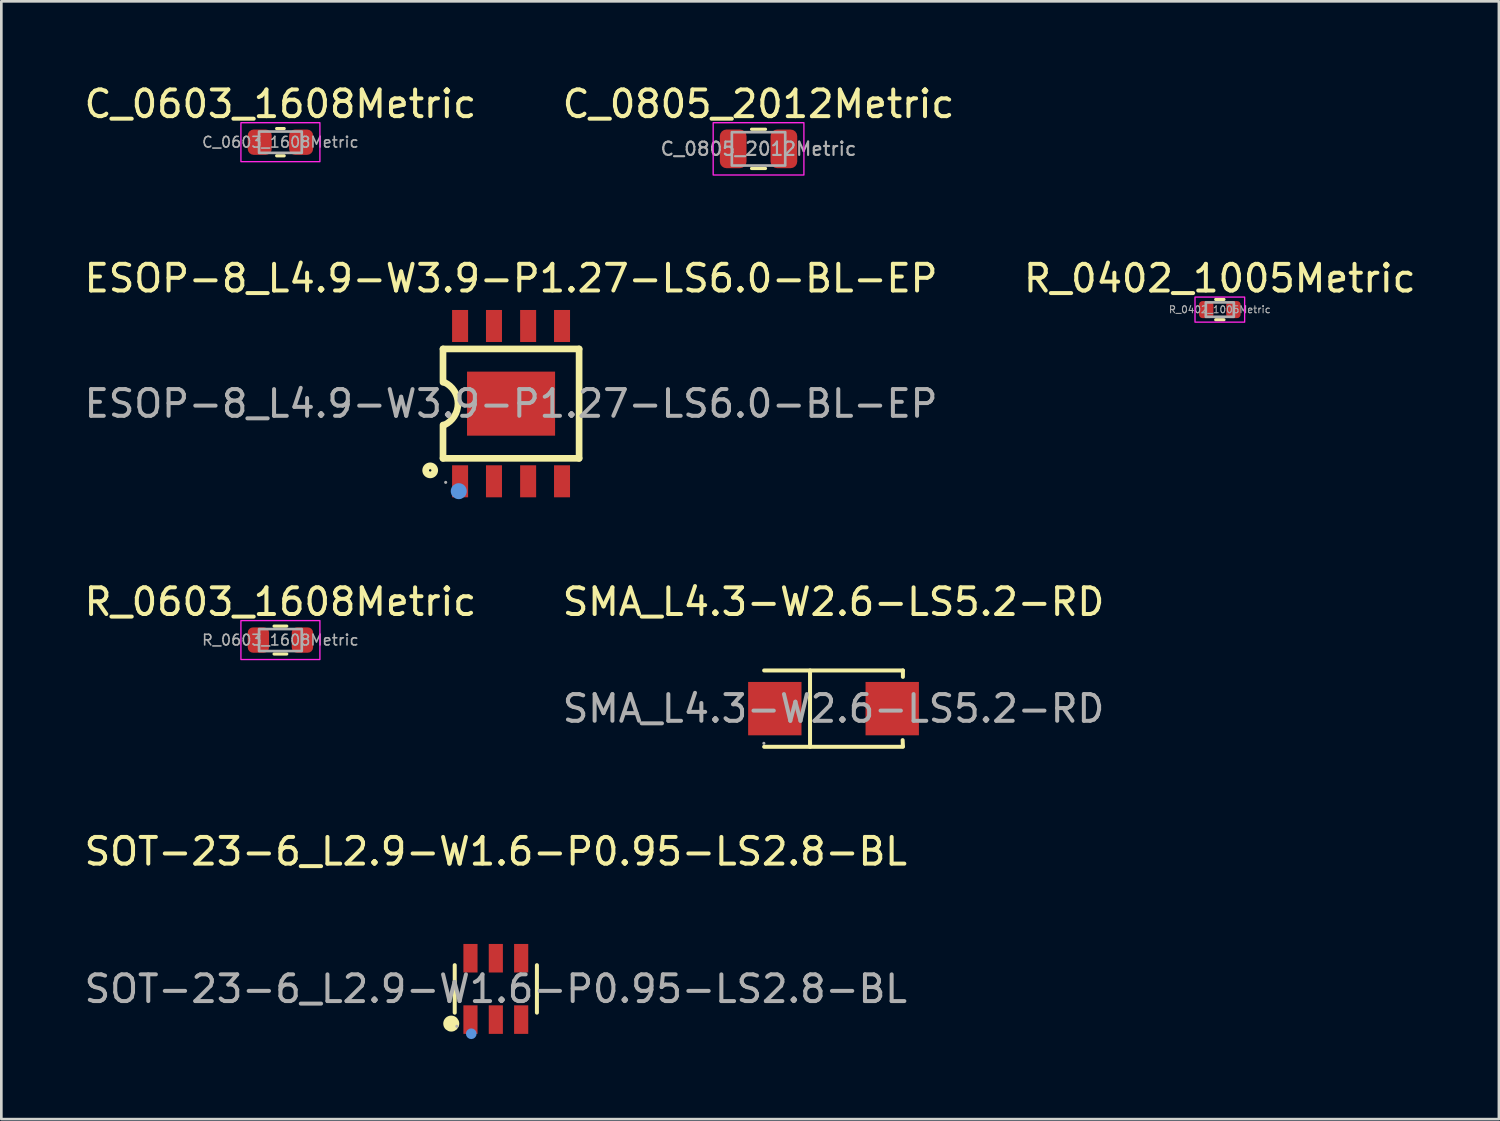
<source format=kicad_pcb>
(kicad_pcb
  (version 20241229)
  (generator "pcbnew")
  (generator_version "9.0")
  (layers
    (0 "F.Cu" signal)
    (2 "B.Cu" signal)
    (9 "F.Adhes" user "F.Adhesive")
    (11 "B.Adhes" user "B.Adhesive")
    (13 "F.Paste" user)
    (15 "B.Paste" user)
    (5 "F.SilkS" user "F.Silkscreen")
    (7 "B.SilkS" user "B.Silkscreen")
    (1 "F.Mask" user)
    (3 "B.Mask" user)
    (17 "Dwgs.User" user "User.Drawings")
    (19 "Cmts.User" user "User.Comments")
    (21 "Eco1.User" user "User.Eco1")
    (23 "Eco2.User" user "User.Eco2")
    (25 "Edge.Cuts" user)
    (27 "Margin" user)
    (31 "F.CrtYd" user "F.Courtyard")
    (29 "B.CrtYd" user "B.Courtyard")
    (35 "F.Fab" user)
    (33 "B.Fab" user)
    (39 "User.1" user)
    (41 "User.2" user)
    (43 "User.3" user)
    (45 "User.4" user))
  (footprint "ESOP-8_L4.9-W3.9-P1.27-LS6.0-BL-EP"
    (layer "F.Cu")
    (at 16.101 12.076)
    (property "Reference" "ESOP-8_L4.9-W3.9-P1.27-LS6.0-BL-EP" (at 0 -4.695 0) (layer "F.SilkS") (effects (font (size 1 1) (thickness 0.15))))
    (attr smd)
    (fp_line (start -2.55 -2.05) (end 2.55 -2.05) (stroke (width 0.25) (type solid)) (layer "F.SilkS"))
    (fp_line (start -2.55 -0.8) (end -2.55 -2.05) (stroke (width 0.25) (type solid)) (layer "F.SilkS"))
    (fp_line (start -2.55 0.8) (end -2.55 2.05) (stroke (width 0.25) (type solid)) (layer "F.SilkS"))
    (fp_line (start 2.55 -2.05) (end 2.55 2.05) (stroke (width 0.25) (type solid)) (layer "F.SilkS"))
    (fp_line (start 2.55 2.05) (end -2.55 2.05) (stroke (width 0.25) (type solid)) (layer "F.SilkS"))
    (fp_arc (start -2.505609 -0.80257) (mid -1.988586 -0.003085) (end -2.5 0.8) (stroke (width 0.25) (type solid)) (layer "F.SilkS"))
    (fp_circle (center -3.03 2.5) (end -2.86 2.5) (stroke (width 0.25) (type solid)) (fill no) (layer "F.SilkS"))
    (fp_circle (center -1.96 3.28) (end -1.81 3.28) (stroke (width 0.3) (type solid)) (fill no) (layer "Cmts.User"))
    (fp_circle (center -2.45 2.95) (end -2.42 2.95) (stroke (width 0.06) (type solid)) (fill no) (layer "F.Fab"))
    (fp_text user "${REFERENCE}" (at 0 0 0) (layer "F.Fab") (effects (font (size 1 1) (thickness 0.15))))
    (pad "1" smd rect (at -1.91 2.91) (size 0.6 1.2) (layers "F.Cu" "F.Mask" "F.Paste"))
    (pad "2" smd rect (at -0.64 2.91) (size 0.6 1.2) (layers "F.Cu" "F.Mask" "F.Paste"))
    (pad "3" smd rect (at 0.64 2.91) (size 0.6 1.2) (layers "F.Cu" "F.Mask" "F.Paste"))
    (pad "4" smd rect (at 1.91 2.91) (size 0.6 1.2) (layers "F.Cu" "F.Mask" "F.Paste"))
    (pad "5" smd rect (at 1.91 -2.91) (size 0.6 1.2) (layers "F.Cu" "F.Mask" "F.Paste"))
    (pad "6" smd rect (at 0.64 -2.91) (size 0.6 1.2) (layers "F.Cu" "F.Mask" "F.Paste"))
    (pad "7" smd rect (at -0.64 -2.91) (size 0.6 1.2) (layers "F.Cu" "F.Mask" "F.Paste"))
    (pad "8" smd rect (at -1.91 -2.91) (size 0.6 1.2) (layers "F.Cu" "F.Mask" "F.Paste"))
    (pad "9" smd rect (at 0 0 180) (size 3.3 2.4) (layers "F.Cu" "F.Mask" "F.Paste")))
  (footprint "R_0603_1608Metric"
    (layer "F.Cu")
    (at 7.458 20.935)
    (property "Reference" "R_0603_1608Metric" (at 0 -1.43 0) (layer "F.SilkS") (effects (font (size 1 1) (thickness 0.15))))
    (attr smd)
    (fp_line (start -0.237 -0.522) (end 0.237 -0.522) (stroke (width 0.12) (type solid)) (layer "F.SilkS"))
    (fp_line (start -0.237 0.522) (end 0.237 0.522) (stroke (width 0.12) (type solid)) (layer "F.SilkS"))
    (fp_rect (start -1.48 -0.73) (end 1.48 0.73) (stroke (width 0.05) (type solid)) (fill no) (layer "F.CrtYd"))
    (fp_rect (start -0.8 -0.412) (end 0.8 0.412) (stroke (width 0.1) (type solid)) (fill no) (layer "F.Fab"))
    (fp_text user "${REFERENCE}" (at 0 0 0) (layer "F.Fab") (effects (font (size 0.4 0.4) (thickness 0.06))))
    (pad "1" smd roundrect (at -0.825 0) (size 0.8 0.95) (layers "F.Cu" "F.Mask" "F.Paste") (roundrect_rratio 0.25))
    (pad "2" smd roundrect (at 0.825 0) (size 0.8 0.95) (layers "F.Cu" "F.Mask" "F.Paste") (roundrect_rratio 0.25)))
  (footprint "C_0603_1608Metric"
    (layer "F.Cu")
    (at 7.458 2.278)
    (property "Reference" "C_0603_1608Metric" (at 0 -1.43 0) (layer "F.SilkS") (effects (font (size 1 1) (thickness 0.15))))
    (attr smd)
    (fp_line (start -0.141 -0.51) (end 0.141 -0.51) (stroke (width 0.12) (type solid)) (layer "F.SilkS"))
    (fp_line (start -0.141 0.51) (end 0.141 0.51) (stroke (width 0.12) (type solid)) (layer "F.SilkS"))
    (fp_rect (start -1.48 -0.73) (end 1.48 0.73) (stroke (width 0.05) (type solid)) (fill no) (layer "F.CrtYd"))
    (fp_rect (start -0.8 -0.4) (end 0.8 0.4) (stroke (width 0.1) (type solid)) (fill no) (layer "F.Fab"))
    (fp_text user "${REFERENCE}" (at 0 0 0) (layer "F.Fab") (effects (font (size 0.4 0.4) (thickness 0.06))))
    (pad "1" smd roundrect (at -0.775 0) (size 0.9 0.95) (layers "F.Cu" "F.Mask" "F.Paste") (roundrect_rratio 0.25))
    (pad "2" smd roundrect (at 0.775 0) (size 0.9 0.95) (layers "F.Cu" "F.Mask" "F.Paste") (roundrect_rratio 0.25)))
  (footprint "SMA_L4.3-W2.6-LS5.2-RD"
    (layer "F.Cu")
    (at 28.185 23.505)
    (property "Reference" "SMA_L4.3-W2.6-LS5.2-RD" (at 0 -4 180) (layer "F.SilkS") (effects (font (size 1 1) (thickness 0.15))))
    (attr smd)
    (fp_line (start -2.6 -1.43) (end 2.6 -1.43) (stroke (width 0.15) (type solid)) (layer "F.SilkS"))
    (fp_line (start -2.6 1.43) (end 2.6 1.43) (stroke (width 0.15) (type solid)) (layer "F.SilkS"))
    (fp_line (start -0.88 -1.43) (end -0.88 1.43) (stroke (width 0.15) (type solid)) (layer "F.SilkS"))
    (fp_line (start 2.59 1.18) (end 2.6 1.41) (stroke (width 0.15) (type solid)) (layer "F.SilkS"))
    (fp_line (start 2.6 -1.43) (end 2.6 -1.19) (stroke (width 0.15) (type solid)) (layer "F.SilkS"))
    (fp_circle (center -2.61 1.3) (end -2.58 1.3) (stroke (width 0.06) (type solid)) (fill no) (layer "F.Fab"))
    (fp_text user "${REFERENCE}" (at 0 0 180) (layer "F.Fab") (effects (font (size 1 1) (thickness 0.15))))
    (pad "1" smd rect (at -2.2 0 180) (size 2 2) (layers "F.Cu" "F.Mask" "F.Paste"))
    (pad "2" smd rect (at 2.2 0 180) (size 2 2) (layers "F.Cu" "F.Mask" "F.Paste")))
  (footprint "R_0402_1005Metric"
    (layer "F.Cu")
    (at 42.661 8.552)
    (property "Reference" "R_0402_1005Metric" (at 0 -1.17 0) (layer "F.SilkS") (effects (font (size 1 1) (thickness 0.15))))
    (attr smd)
    (fp_line (start -0.154 -0.38) (end 0.154 -0.38) (stroke (width 0.12) (type solid)) (layer "F.SilkS"))
    (fp_line (start -0.154 0.38) (end 0.154 0.38) (stroke (width 0.12) (type solid)) (layer "F.SilkS"))
    (fp_rect (start -0.93 -0.47) (end 0.93 0.47) (stroke (width 0.05) (type solid)) (fill no) (layer "F.CrtYd"))
    (fp_rect (start -0.525 -0.27) (end 0.525 0.27) (stroke (width 0.1) (type solid)) (fill no) (layer "F.Fab"))
    (fp_text user "${REFERENCE}" (at 0 0 0) (layer "F.Fab") (effects (font (size 0.26 0.26) (thickness 0.04))))
    (pad "1" smd roundrect (at -0.51 0) (size 0.54 0.64) (layers "F.Cu" "F.Mask" "F.Paste") (roundrect_rratio 0.25))
    (pad "2" smd roundrect (at 0.51 0) (size 0.54 0.64) (layers "F.Cu" "F.Mask" "F.Paste") (roundrect_rratio 0.25)))
  (footprint "SOT-23-6_L2.9-W1.6-P0.95-LS2.8-BL"
    (layer "F.Cu")
    (at 15.53 34.008)
    (property "Reference" "SOT-23-6_L2.9-W1.6-P0.95-LS2.8-BL" (at 0 -5.15 0) (layer "F.SilkS") (effects (font (size 1 1) (thickness 0.15))))
    (attr smd)
    (fp_line (start -1.54 0.89) (end -1.54 -0.89) (stroke (width 0.15) (type solid)) (layer "F.SilkS"))
    (fp_line (start 1.54 0.89) (end 1.54 -0.89) (stroke (width 0.15) (type solid)) (layer "F.SilkS"))
    (fp_circle (center -1.67 1.3) (end -1.52 1.3) (stroke (width 0.3) (type solid)) (fill no) (layer "F.SilkS"))
    (fp_circle (center -0.92 1.68) (end -0.82 1.68) (stroke (width 0.2) (type solid)) (fill no) (layer "Cmts.User"))
    (fp_circle (center -1.46 1.4) (end -1.43 1.4) (stroke (width 0.06) (type solid)) (fill no) (layer "F.Fab"))
    (fp_text user "${REFERENCE}" (at 0 0 0) (layer "F.Fab") (effects (font (size 1 1) (thickness 0.15))))
    (pad "1" smd rect (at -0.95 1.15) (size 0.53 1.07) (layers "F.Cu" "F.Mask" "F.Paste"))
    (pad "2" smd rect (at 0 1.15) (size 0.53 1.07) (layers "F.Cu" "F.Mask" "F.Paste"))
    (pad "3" smd rect (at 0.95 1.15) (size 0.53 1.07) (layers "F.Cu" "F.Mask" "F.Paste"))
    (pad "4" smd rect (at 0.95 -1.15) (size 0.53 1.07) (layers "F.Cu" "F.Mask" "F.Paste"))
    (pad "5" smd rect (at 0 -1.15) (size 0.53 1.07) (layers "F.Cu" "F.Mask" "F.Paste"))
    (pad "6" smd rect (at -0.95 -1.15) (size 0.53 1.07) (layers "F.Cu" "F.Mask" "F.Paste")))
  (footprint "C_0805_2012Metric"
    (layer "F.Cu")
    (at 25.375 2.528)
    (property "Reference" "C_0805_2012Metric" (at 0 -1.68 180) (layer "F.SilkS") (effects (font (size 1 1) (thickness 0.15))))
    (attr smd)
    (fp_line (start -0.261 -0.735) (end 0.261 -0.735) (stroke (width 0.12) (type solid)) (layer "F.SilkS"))
    (fp_line (start -0.261 0.735) (end 0.261 0.735) (stroke (width 0.12) (type solid)) (layer "F.SilkS"))
    (fp_rect (start -1.7 -0.98) (end 1.7 0.98) (stroke (width 0.05) (type solid)) (fill no) (layer "F.CrtYd"))
    (fp_rect (start -1 -0.625) (end 1 0.625) (stroke (width 0.1) (type solid)) (fill no) (layer "F.Fab"))
    (fp_text user "${REFERENCE}" (at 0 0 180) (layer "F.Fab") (effects (font (size 0.5 0.5) (thickness 0.08))))
    (pad "1" smd roundrect (at -0.95 0) (size 1 1.45) (layers "F.Cu" "F.Mask" "F.Paste") (roundrect_rratio 0.25))
    (pad "2" smd roundrect (at 0.95 0) (size 1 1.45) (layers "F.Cu" "F.Mask" "F.Paste") (roundrect_rratio 0.25)))
  (gr_rect
    (start -3 -3)
    (end 53.119 38.888)
    (stroke (width 0.1) (type default))
    (fill no)
    (layer "Edge.Cuts")))
</source>
